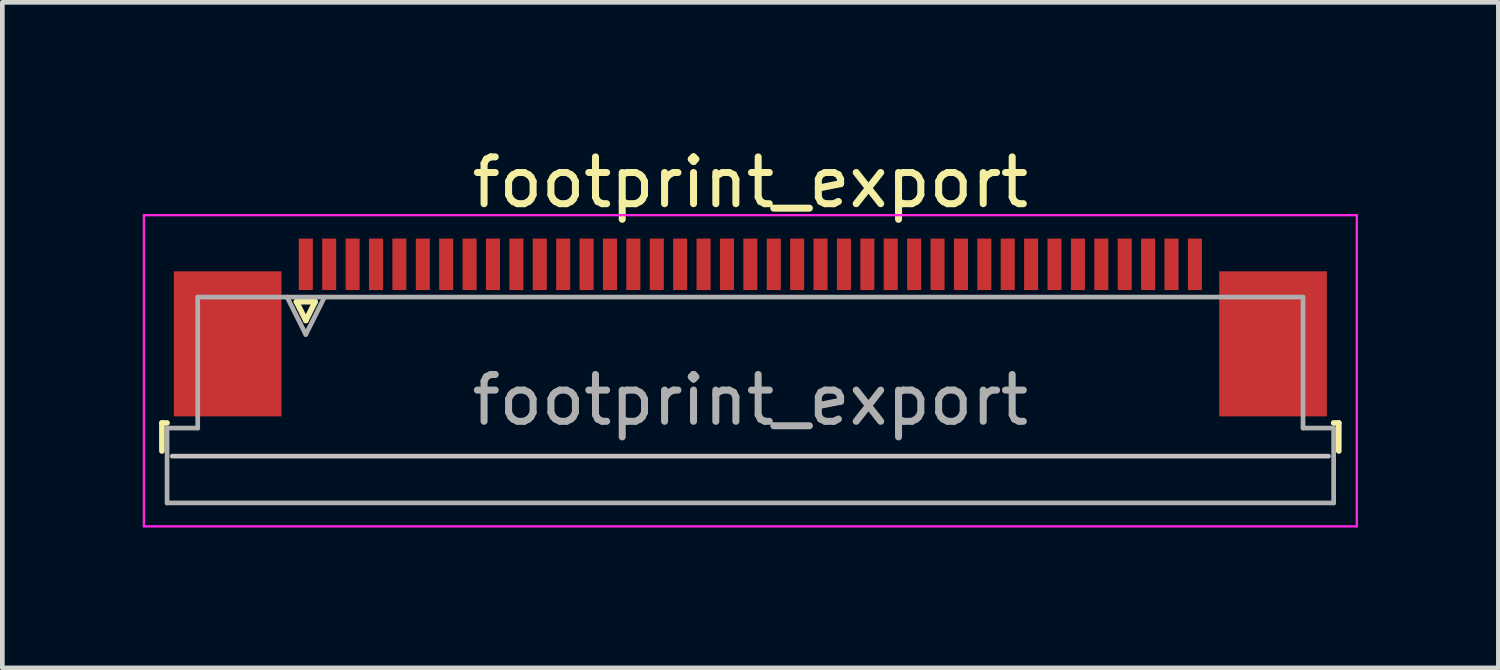
<source format=kicad_pcb>
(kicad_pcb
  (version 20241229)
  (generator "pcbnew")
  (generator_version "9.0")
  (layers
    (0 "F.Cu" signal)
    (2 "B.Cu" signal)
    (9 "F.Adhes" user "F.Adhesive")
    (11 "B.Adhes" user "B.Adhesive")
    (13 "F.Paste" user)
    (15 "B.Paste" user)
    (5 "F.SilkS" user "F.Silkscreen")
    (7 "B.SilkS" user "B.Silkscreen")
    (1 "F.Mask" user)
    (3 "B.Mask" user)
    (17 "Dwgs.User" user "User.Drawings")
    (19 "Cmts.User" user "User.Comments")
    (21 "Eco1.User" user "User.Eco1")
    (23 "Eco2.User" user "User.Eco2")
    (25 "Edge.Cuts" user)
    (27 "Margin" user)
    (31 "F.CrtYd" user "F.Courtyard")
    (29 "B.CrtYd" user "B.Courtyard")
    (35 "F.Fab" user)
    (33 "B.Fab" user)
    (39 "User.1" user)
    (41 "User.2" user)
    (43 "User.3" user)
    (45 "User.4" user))
  (footprint "footprint_export"
    (layer "F.Cu")
    (at 12.985 3.948)
    (property "Reference" "footprint_export" (at 0 -3.1 0) (layer "F.SilkS") (effects (font (size 1 1) (thickness 0.15))))
    (attr smd)
    (fp_line (start -12.575 2.04) (end -12.575 2.64) (stroke (width 0.12) (type solid)) (layer "F.SilkS"))
    (fp_line (start -12.465 2.04) (end -12.575 2.04) (stroke (width 0.12) (type solid)) (layer "F.SilkS"))
    (fp_line (start -9.7 -0.55) (end -9.5 -0.15) (stroke (width 0.12) (type solid)) (layer "F.SilkS"))
    (fp_line (start -9.5 -0.15) (end -9.3 -0.55) (stroke (width 0.12) (type solid)) (layer "F.SilkS"))
    (fp_line (start -9.3 -0.55) (end -9.7 -0.55) (stroke (width 0.12) (type solid)) (layer "F.SilkS"))
    (fp_line (start 12.465 2.04) (end 12.575 2.04) (stroke (width 0.12) (type solid)) (layer "F.SilkS"))
    (fp_line (start 12.575 2.04) (end 12.575 2.64) (stroke (width 0.12) (type solid)) (layer "F.SilkS"))
    (fp_line (start 12.355 2.75) (end -12.355 2.75) (stroke (width 0.1) (type solid)) (layer "Dwgs.User"))
    (fp_line (start -12.96 -2.4) (end -12.96 4.25) (stroke (width 0.05) (type solid)) (layer "F.CrtYd"))
    (fp_line (start -12.96 4.25) (end 12.96 4.25) (stroke (width 0.05) (type solid)) (layer "F.CrtYd"))
    (fp_line (start 12.96 -2.4) (end -12.96 -2.4) (stroke (width 0.05) (type solid)) (layer "F.CrtYd"))
    (fp_line (start 12.96 4.25) (end 12.96 -2.4) (stroke (width 0.05) (type solid)) (layer "F.CrtYd"))
    (fp_line (start -12.465 2.15) (end -11.81 2.15) (stroke (width 0.1) (type solid)) (layer "F.Fab"))
    (fp_line (start -12.465 3.75) (end -12.465 2.15) (stroke (width 0.1) (type solid)) (layer "F.Fab"))
    (fp_line (start -11.81 -0.65) (end 11.81 -0.65) (stroke (width 0.1) (type solid)) (layer "F.Fab"))
    (fp_line (start -11.81 2.15) (end -11.81 -0.65) (stroke (width 0.1) (type solid)) (layer "F.Fab"))
    (fp_line (start -9.9 -0.65) (end -9.5 0.15) (stroke (width 0.1) (type solid)) (layer "F.Fab"))
    (fp_line (start -9.5 0.15) (end -9.1 -0.65) (stroke (width 0.1) (type solid)) (layer "F.Fab"))
    (fp_line (start 11.81 -0.65) (end 11.81 2.15) (stroke (width 0.1) (type solid)) (layer "F.Fab"))
    (fp_line (start 11.81 2.15) (end 12.465 2.15) (stroke (width 0.1) (type solid)) (layer "F.Fab"))
    (fp_line (start 12.465 2.15) (end 12.465 3.75) (stroke (width 0.1) (type solid)) (layer "F.Fab"))
    (fp_line (start 12.465 3.75) (end -12.465 3.75) (stroke (width 0.1) (type solid)) (layer "F.Fab"))
    (fp_text user "${REFERENCE}" (at 0 1.55 0) (layer "F.Fab") (effects (font (size 1 1) (thickness 0.15))))
    (pad "1" smd rect (at -9.5 -1.35) (size 0.3 1.1) (layers "F.Cu" "F.Mask" "F.Paste"))
    (pad "2" smd rect (at -9 -1.35) (size 0.3 1.1) (layers "F.Cu" "F.Mask" "F.Paste"))
    (pad "3" smd rect (at -8.5 -1.35) (size 0.3 1.1) (layers "F.Cu" "F.Mask" "F.Paste"))
    (pad "4" smd rect (at -8 -1.35) (size 0.3 1.1) (layers "F.Cu" "F.Mask" "F.Paste"))
    (pad "5" smd rect (at -7.5 -1.35) (size 0.3 1.1) (layers "F.Cu" "F.Mask" "F.Paste"))
    (pad "6" smd rect (at -7 -1.35) (size 0.3 1.1) (layers "F.Cu" "F.Mask" "F.Paste"))
    (pad "7" smd rect (at -6.5 -1.35) (size 0.3 1.1) (layers "F.Cu" "F.Mask" "F.Paste"))
    (pad "8" smd rect (at -6 -1.35) (size 0.3 1.1) (layers "F.Cu" "F.Mask" "F.Paste"))
    (pad "9" smd rect (at -5.5 -1.35) (size 0.3 1.1) (layers "F.Cu" "F.Mask" "F.Paste"))
    (pad "10" smd rect (at -5 -1.35) (size 0.3 1.1) (layers "F.Cu" "F.Mask" "F.Paste"))
    (pad "11" smd rect (at -4.5 -1.35) (size 0.3 1.1) (layers "F.Cu" "F.Mask" "F.Paste"))
    (pad "12" smd rect (at -4 -1.35) (size 0.3 1.1) (layers "F.Cu" "F.Mask" "F.Paste"))
    (pad "13" smd rect (at -3.5 -1.35) (size 0.3 1.1) (layers "F.Cu" "F.Mask" "F.Paste"))
    (pad "14" smd rect (at -3 -1.35) (size 0.3 1.1) (layers "F.Cu" "F.Mask" "F.Paste"))
    (pad "15" smd rect (at -2.5 -1.35) (size 0.3 1.1) (layers "F.Cu" "F.Mask" "F.Paste"))
    (pad "16" smd rect (at -2 -1.35) (size 0.3 1.1) (layers "F.Cu" "F.Mask" "F.Paste"))
    (pad "17" smd rect (at -1.5 -1.35) (size 0.3 1.1) (layers "F.Cu" "F.Mask" "F.Paste"))
    (pad "18" smd rect (at -1 -1.35) (size 0.3 1.1) (layers "F.Cu" "F.Mask" "F.Paste"))
    (pad "19" smd rect (at -0.5 -1.35) (size 0.3 1.1) (layers "F.Cu" "F.Mask" "F.Paste"))
    (pad "20" smd rect (at 0 -1.35) (size 0.3 1.1) (layers "F.Cu" "F.Mask" "F.Paste"))
    (pad "21" smd rect (at 0.5 -1.35) (size 0.3 1.1) (layers "F.Cu" "F.Mask" "F.Paste"))
    (pad "22" smd rect (at 1 -1.35) (size 0.3 1.1) (layers "F.Cu" "F.Mask" "F.Paste"))
    (pad "23" smd rect (at 1.5 -1.35) (size 0.3 1.1) (layers "F.Cu" "F.Mask" "F.Paste"))
    (pad "24" smd rect (at 2 -1.35) (size 0.3 1.1) (layers "F.Cu" "F.Mask" "F.Paste"))
    (pad "25" smd rect (at 2.5 -1.35) (size 0.3 1.1) (layers "F.Cu" "F.Mask" "F.Paste"))
    (pad "26" smd rect (at 3 -1.35) (size 0.3 1.1) (layers "F.Cu" "F.Mask" "F.Paste"))
    (pad "27" smd rect (at 3.5 -1.35) (size 0.3 1.1) (layers "F.Cu" "F.Mask" "F.Paste"))
    (pad "28" smd rect (at 4 -1.35) (size 0.3 1.1) (layers "F.Cu" "F.Mask" "F.Paste"))
    (pad "29" smd rect (at 4.5 -1.35) (size 0.3 1.1) (layers "F.Cu" "F.Mask" "F.Paste"))
    (pad "30" smd rect (at 5 -1.35) (size 0.3 1.1) (layers "F.Cu" "F.Mask" "F.Paste"))
    (pad "31" smd rect (at 5.5 -1.35) (size 0.3 1.1) (layers "F.Cu" "F.Mask" "F.Paste"))
    (pad "32" smd rect (at 6 -1.35) (size 0.3 1.1) (layers "F.Cu" "F.Mask" "F.Paste"))
    (pad "33" smd rect (at 6.5 -1.35) (size 0.3 1.1) (layers "F.Cu" "F.Mask" "F.Paste"))
    (pad "34" smd rect (at 7 -1.35) (size 0.3 1.1) (layers "F.Cu" "F.Mask" "F.Paste"))
    (pad "35" smd rect (at 7.5 -1.35) (size 0.3 1.1) (layers "F.Cu" "F.Mask" "F.Paste"))
    (pad "36" smd rect (at 8 -1.35) (size 0.3 1.1) (layers "F.Cu" "F.Mask" "F.Paste"))
    (pad "37" smd rect (at 8.5 -1.35) (size 0.3 1.1) (layers "F.Cu" "F.Mask" "F.Paste"))
    (pad "38" smd rect (at 9 -1.35) (size 0.3 1.1) (layers "F.Cu" "F.Mask" "F.Paste"))
    (pad "39" smd rect (at 9.5 -1.35) (size 0.3 1.1) (layers "F.Cu" "F.Mask" "F.Paste"))
    (pad "MP" smd rect (at -11.17 0.35) (size 2.3 3.1) (layers "F.Cu" "F.Mask" "F.Paste"))
    (pad "MP" smd rect (at 11.17 0.35) (size 2.3 3.1) (layers "F.Cu" "F.Mask" "F.Paste")))
  (gr_rect
    (start -3 -3)
    (end 28.97 11.223)
    (stroke (width 0.1) (type default))
    (fill no)
    (layer "Edge.Cuts")))
</source>
